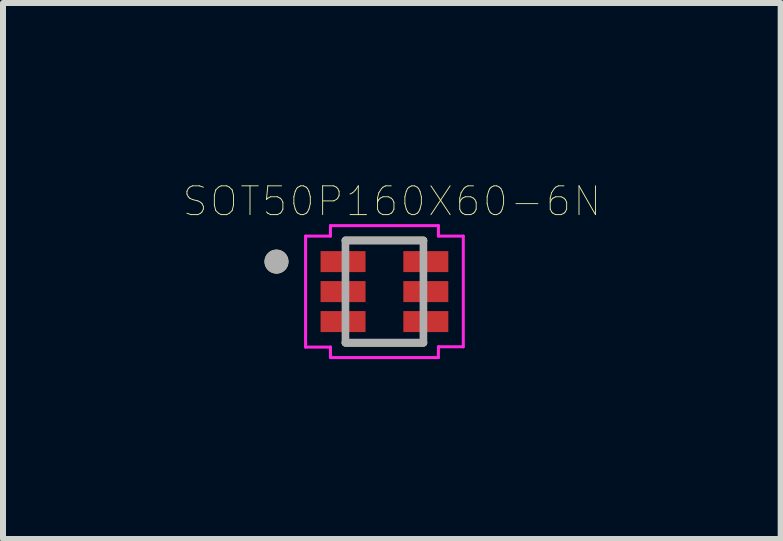
<source format=kicad_pcb>
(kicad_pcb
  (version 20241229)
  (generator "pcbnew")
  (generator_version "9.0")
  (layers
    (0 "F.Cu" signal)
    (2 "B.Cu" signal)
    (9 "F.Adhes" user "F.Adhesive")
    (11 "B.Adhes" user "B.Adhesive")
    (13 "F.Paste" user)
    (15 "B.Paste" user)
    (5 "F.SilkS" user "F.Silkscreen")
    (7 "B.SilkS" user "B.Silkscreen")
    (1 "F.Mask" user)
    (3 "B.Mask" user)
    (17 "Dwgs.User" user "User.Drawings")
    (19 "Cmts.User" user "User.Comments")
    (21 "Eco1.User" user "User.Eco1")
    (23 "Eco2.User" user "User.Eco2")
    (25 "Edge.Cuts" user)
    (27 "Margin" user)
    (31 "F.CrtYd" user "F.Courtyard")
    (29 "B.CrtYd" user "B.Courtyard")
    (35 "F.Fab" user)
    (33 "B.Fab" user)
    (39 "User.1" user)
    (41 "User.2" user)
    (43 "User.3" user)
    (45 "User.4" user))
  (footprint "SOT50P160X60-6N"
    (layer "F.Cu")
    (at 3.36 1.812)
    (property "Reference" "SOT50P160X60-6N" (at 0.124 -1.505 0) (layer "F.SilkS") (effects (font (size 0.48 0.48) (thickness 0.015))))
    (attr through_hole)
    (fp_line (start 0.65 -0.855) (end -0.65 -0.855) (stroke (width 0.127) (type solid)) (layer "F.SilkS"))
    (fp_line (start 0.65 0.855) (end -0.65 0.855) (stroke (width 0.127) (type solid)) (layer "F.SilkS"))
    (fp_circle (center -1.8 -0.5) (end -1.7 -0.5) (stroke (width 0.2) (type solid)) (fill no) (layer "F.SilkS"))
    (fp_line (start -1.315 -0.925) (end -0.9 -0.925) (stroke (width 0.05) (type solid)) (layer "F.CrtYd"))
    (fp_line (start -1.315 0.925) (end -1.315 -0.925) (stroke (width 0.05) (type solid)) (layer "F.CrtYd"))
    (fp_line (start -0.9 -1.1) (end 0.9 -1.1) (stroke (width 0.05) (type solid)) (layer "F.CrtYd"))
    (fp_line (start -0.9 -0.925) (end -0.9 -1.1) (stroke (width 0.05) (type solid)) (layer "F.CrtYd"))
    (fp_line (start -0.9 0.925) (end -1.315 0.925) (stroke (width 0.05) (type solid)) (layer "F.CrtYd"))
    (fp_line (start -0.9 1.1) (end -0.9 0.925) (stroke (width 0.05) (type solid)) (layer "F.CrtYd"))
    (fp_line (start 0.9 -1.1) (end 0.9 -0.925) (stroke (width 0.05) (type solid)) (layer "F.CrtYd"))
    (fp_line (start 0.9 -0.925) (end 1.315 -0.925) (stroke (width 0.05) (type solid)) (layer "F.CrtYd"))
    (fp_line (start 0.9 0.92) (end 0.9 1.1) (stroke (width 0.05) (type solid)) (layer "F.CrtYd"))
    (fp_line (start 0.9 1.1) (end -0.9 1.1) (stroke (width 0.05) (type solid)) (layer "F.CrtYd"))
    (fp_line (start 1.315 -0.925) (end 1.315 0.92) (stroke (width 0.05) (type solid)) (layer "F.CrtYd"))
    (fp_line (start 1.315 0.92) (end 0.9 0.92) (stroke (width 0.05) (type solid)) (layer "F.CrtYd"))
    (fp_line (start -0.65 -0.85) (end 0.65 -0.85) (stroke (width 0.127) (type solid)) (layer "F.Fab"))
    (fp_line (start -0.65 0.85) (end -0.65 -0.85) (stroke (width 0.127) (type solid)) (layer "F.Fab"))
    (fp_line (start 0.65 -0.85) (end 0.65 0.85) (stroke (width 0.127) (type solid)) (layer "F.Fab"))
    (fp_line (start 0.65 0.85) (end -0.65 0.85) (stroke (width 0.127) (type solid)) (layer "F.Fab"))
    (fp_circle (center -1.8 -0.5) (end -1.7 -0.5) (stroke (width 0.2) (type solid)) (fill no) (layer "F.Fab"))
    (pad "1" smd rect (at -0.69 -0.5) (size 0.75 0.35) (layers "F.Cu" "F.Mask" "F.Paste"))
    (pad "2" smd rect (at -0.69 0) (size 0.75 0.35) (layers "F.Cu" "F.Mask" "F.Paste"))
    (pad "3" smd rect (at -0.69 0.5) (size 0.75 0.35) (layers "F.Cu" "F.Mask" "F.Paste"))
    (pad "4" smd rect (at 0.69 0.5) (size 0.75 0.35) (layers "F.Cu" "F.Mask" "F.Paste"))
    (pad "5" smd rect (at 0.69 0) (size 0.75 0.35) (layers "F.Cu" "F.Mask" "F.Paste"))
    (pad "6" smd rect (at 0.69 -0.5) (size 0.75 0.35) (layers "F.Cu" "F.Mask" "F.Paste")))
  (gr_rect
    (start -3 -3)
    (end 9.967 5.937)
    (stroke (width 0.1) (type default))
    (fill no)
    (layer "Edge.Cuts")))
</source>
